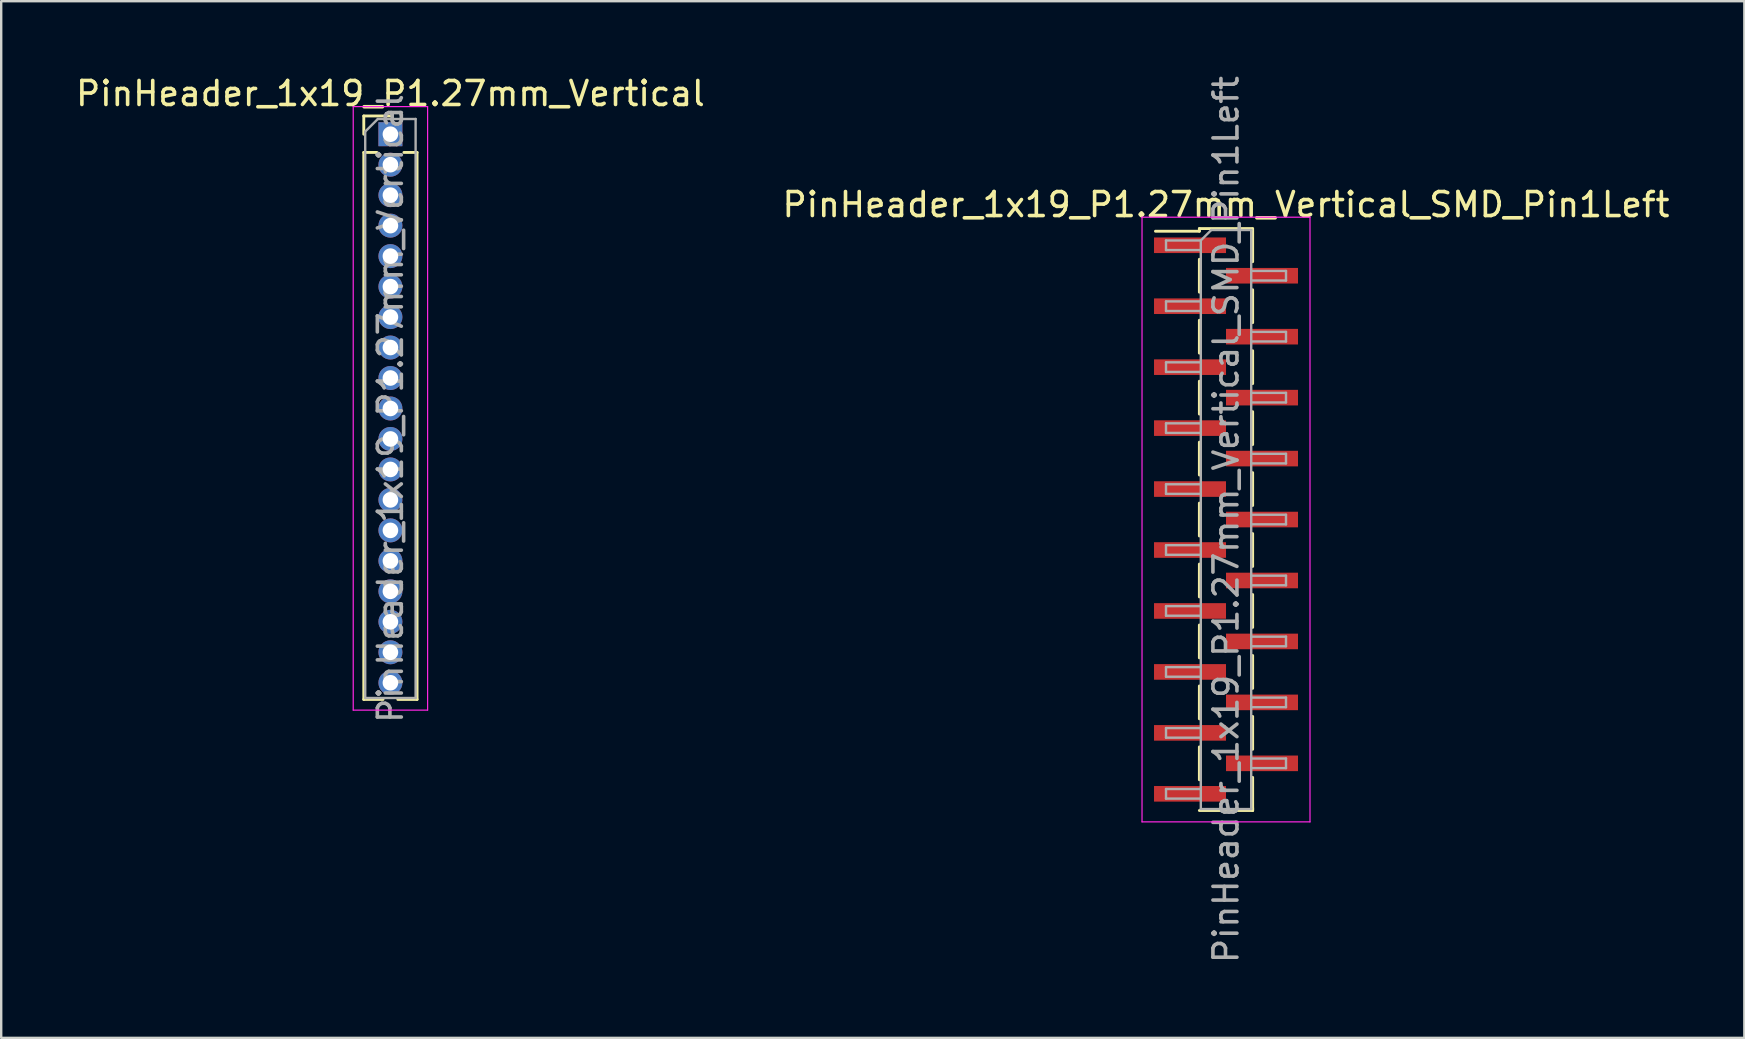
<source format=kicad_pcb>
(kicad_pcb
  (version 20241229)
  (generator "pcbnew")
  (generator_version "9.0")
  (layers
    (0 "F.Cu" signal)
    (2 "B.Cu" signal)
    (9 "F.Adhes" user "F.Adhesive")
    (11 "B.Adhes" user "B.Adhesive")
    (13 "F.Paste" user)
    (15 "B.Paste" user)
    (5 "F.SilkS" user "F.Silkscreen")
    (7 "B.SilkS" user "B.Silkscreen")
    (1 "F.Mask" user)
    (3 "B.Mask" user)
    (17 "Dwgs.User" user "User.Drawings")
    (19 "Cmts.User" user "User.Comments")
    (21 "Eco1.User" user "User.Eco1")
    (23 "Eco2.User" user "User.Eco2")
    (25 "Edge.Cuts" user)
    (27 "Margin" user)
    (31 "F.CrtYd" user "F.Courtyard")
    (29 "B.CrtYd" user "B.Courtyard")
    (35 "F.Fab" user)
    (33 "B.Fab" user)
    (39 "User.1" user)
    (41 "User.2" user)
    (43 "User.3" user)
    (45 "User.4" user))
  (footprint "PinHeader_1x19_P1.27mm_Vertical_SMD_Pin1Left"
    (layer "F.Cu")
    (at 48.042 18.601)
    (property "Reference" "PinHeader_1x19_P1.27mm_Vertical_SMD_Pin1Left" (at 0 -13.125 0) (layer "F.SilkS") (effects (font (size 1 1) (thickness 0.15))))
    (attr smd)
    (fp_line (start -1.11 -12.125) (end -1.11 -12.015) (stroke (width 0.12) (type solid)) (layer "F.SilkS"))
    (fp_line (start -1.11 -12.125) (end 1.11 -12.125) (stroke (width 0.12) (type solid)) (layer "F.SilkS"))
    (fp_line (start -1.11 -12.015) (end -2.94 -12.015) (stroke (width 0.12) (type solid)) (layer "F.SilkS"))
    (fp_line (start -1.11 -10.845) (end -1.11 -9.475) (stroke (width 0.12) (type solid)) (layer "F.SilkS"))
    (fp_line (start -1.11 -8.305) (end -1.11 -6.935) (stroke (width 0.12) (type solid)) (layer "F.SilkS"))
    (fp_line (start -1.11 -5.765) (end -1.11 -4.395) (stroke (width 0.12) (type solid)) (layer "F.SilkS"))
    (fp_line (start -1.11 -3.225) (end -1.11 -1.855) (stroke (width 0.12) (type solid)) (layer "F.SilkS"))
    (fp_line (start -1.11 -0.685) (end -1.11 0.685) (stroke (width 0.12) (type solid)) (layer "F.SilkS"))
    (fp_line (start -1.11 1.855) (end -1.11 3.225) (stroke (width 0.12) (type solid)) (layer "F.SilkS"))
    (fp_line (start -1.11 4.395) (end -1.11 5.765) (stroke (width 0.12) (type solid)) (layer "F.SilkS"))
    (fp_line (start -1.11 6.935) (end -1.11 8.305) (stroke (width 0.12) (type solid)) (layer "F.SilkS"))
    (fp_line (start -1.11 9.475) (end -1.11 10.845) (stroke (width 0.12) (type solid)) (layer "F.SilkS"))
    (fp_line (start -1.11 12.125) (end 1.11 12.125) (stroke (width 0.12) (type solid)) (layer "F.SilkS"))
    (fp_line (start 1.11 -12.115) (end 1.11 -10.745) (stroke (width 0.12) (type solid)) (layer "F.SilkS"))
    (fp_line (start 1.11 -9.575) (end 1.11 -8.205) (stroke (width 0.12) (type solid)) (layer "F.SilkS"))
    (fp_line (start 1.11 -7.035) (end 1.11 -5.665) (stroke (width 0.12) (type solid)) (layer "F.SilkS"))
    (fp_line (start 1.11 -4.495) (end 1.11 -3.125) (stroke (width 0.12) (type solid)) (layer "F.SilkS"))
    (fp_line (start 1.11 -1.955) (end 1.11 -0.585) (stroke (width 0.12) (type solid)) (layer "F.SilkS"))
    (fp_line (start 1.11 0.585) (end 1.11 1.955) (stroke (width 0.12) (type solid)) (layer "F.SilkS"))
    (fp_line (start 1.11 3.125) (end 1.11 4.495) (stroke (width 0.12) (type solid)) (layer "F.SilkS"))
    (fp_line (start 1.11 5.665) (end 1.11 7.035) (stroke (width 0.12) (type solid)) (layer "F.SilkS"))
    (fp_line (start 1.11 8.205) (end 1.11 9.575) (stroke (width 0.12) (type solid)) (layer "F.SilkS"))
    (fp_line (start 1.11 10.745) (end 1.11 12.115) (stroke (width 0.12) (type solid)) (layer "F.SilkS"))
    (fp_line (start 1.11 12.015) (end 1.11 12.125) (stroke (width 0.12) (type solid)) (layer "F.SilkS"))
    (fp_line (start -3.5 -12.6) (end -3.5 12.6) (stroke (width 0.05) (type solid)) (layer "F.CrtYd"))
    (fp_line (start -3.5 12.6) (end 3.5 12.6) (stroke (width 0.05) (type solid)) (layer "F.CrtYd"))
    (fp_line (start 3.5 -12.6) (end -3.5 -12.6) (stroke (width 0.05) (type solid)) (layer "F.CrtYd"))
    (fp_line (start 3.5 12.6) (end 3.5 -12.6) (stroke (width 0.05) (type solid)) (layer "F.CrtYd"))
    (fp_line (start -2.5 -11.63) (end -2.5 -11.23) (stroke (width 0.1) (type solid)) (layer "F.Fab"))
    (fp_line (start -2.5 -11.23) (end -1.05 -11.23) (stroke (width 0.1) (type solid)) (layer "F.Fab"))
    (fp_line (start -2.5 -9.09) (end -2.5 -8.69) (stroke (width 0.1) (type solid)) (layer "F.Fab"))
    (fp_line (start -2.5 -8.69) (end -1.05 -8.69) (stroke (width 0.1) (type solid)) (layer "F.Fab"))
    (fp_line (start -2.5 -6.55) (end -2.5 -6.15) (stroke (width 0.1) (type solid)) (layer "F.Fab"))
    (fp_line (start -2.5 -6.15) (end -1.05 -6.15) (stroke (width 0.1) (type solid)) (layer "F.Fab"))
    (fp_line (start -2.5 -4.01) (end -2.5 -3.61) (stroke (width 0.1) (type solid)) (layer "F.Fab"))
    (fp_line (start -2.5 -3.61) (end -1.05 -3.61) (stroke (width 0.1) (type solid)) (layer "F.Fab"))
    (fp_line (start -2.5 -1.47) (end -2.5 -1.07) (stroke (width 0.1) (type solid)) (layer "F.Fab"))
    (fp_line (start -2.5 -1.07) (end -1.05 -1.07) (stroke (width 0.1) (type solid)) (layer "F.Fab"))
    (fp_line (start -2.5 1.07) (end -2.5 1.47) (stroke (width 0.1) (type solid)) (layer "F.Fab"))
    (fp_line (start -2.5 1.47) (end -1.05 1.47) (stroke (width 0.1) (type solid)) (layer "F.Fab"))
    (fp_line (start -2.5 3.61) (end -2.5 4.01) (stroke (width 0.1) (type solid)) (layer "F.Fab"))
    (fp_line (start -2.5 4.01) (end -1.05 4.01) (stroke (width 0.1) (type solid)) (layer "F.Fab"))
    (fp_line (start -2.5 6.15) (end -2.5 6.55) (stroke (width 0.1) (type solid)) (layer "F.Fab"))
    (fp_line (start -2.5 6.55) (end -1.05 6.55) (stroke (width 0.1) (type solid)) (layer "F.Fab"))
    (fp_line (start -2.5 8.69) (end -2.5 9.09) (stroke (width 0.1) (type solid)) (layer "F.Fab"))
    (fp_line (start -2.5 9.09) (end -1.05 9.09) (stroke (width 0.1) (type solid)) (layer "F.Fab"))
    (fp_line (start -2.5 11.23) (end -2.5 11.63) (stroke (width 0.1) (type solid)) (layer "F.Fab"))
    (fp_line (start -2.5 11.63) (end -1.05 11.63) (stroke (width 0.1) (type solid)) (layer "F.Fab"))
    (fp_line (start -1.05 -11.63) (end -2.5 -11.63) (stroke (width 0.1) (type solid)) (layer "F.Fab"))
    (fp_line (start -1.05 -11.63) (end -0.615 -12.065) (stroke (width 0.1) (type solid)) (layer "F.Fab"))
    (fp_line (start -1.05 -9.09) (end -2.5 -9.09) (stroke (width 0.1) (type solid)) (layer "F.Fab"))
    (fp_line (start -1.05 -6.55) (end -2.5 -6.55) (stroke (width 0.1) (type solid)) (layer "F.Fab"))
    (fp_line (start -1.05 -4.01) (end -2.5 -4.01) (stroke (width 0.1) (type solid)) (layer "F.Fab"))
    (fp_line (start -1.05 -1.47) (end -2.5 -1.47) (stroke (width 0.1) (type solid)) (layer "F.Fab"))
    (fp_line (start -1.05 1.07) (end -2.5 1.07) (stroke (width 0.1) (type solid)) (layer "F.Fab"))
    (fp_line (start -1.05 3.61) (end -2.5 3.61) (stroke (width 0.1) (type solid)) (layer "F.Fab"))
    (fp_line (start -1.05 6.15) (end -2.5 6.15) (stroke (width 0.1) (type solid)) (layer "F.Fab"))
    (fp_line (start -1.05 8.69) (end -2.5 8.69) (stroke (width 0.1) (type solid)) (layer "F.Fab"))
    (fp_line (start -1.05 11.23) (end -2.5 11.23) (stroke (width 0.1) (type solid)) (layer "F.Fab"))
    (fp_line (start -1.05 12.065) (end -1.05 -11.63) (stroke (width 0.1) (type solid)) (layer "F.Fab"))
    (fp_line (start -0.615 -12.065) (end 1.05 -12.065) (stroke (width 0.1) (type solid)) (layer "F.Fab"))
    (fp_line (start 1.05 -12.065) (end 1.05 12.065) (stroke (width 0.1) (type solid)) (layer "F.Fab"))
    (fp_line (start 1.05 -10.36) (end 2.5 -10.36) (stroke (width 0.1) (type solid)) (layer "F.Fab"))
    (fp_line (start 1.05 -7.82) (end 2.5 -7.82) (stroke (width 0.1) (type solid)) (layer "F.Fab"))
    (fp_line (start 1.05 -5.28) (end 2.5 -5.28) (stroke (width 0.1) (type solid)) (layer "F.Fab"))
    (fp_line (start 1.05 -2.74) (end 2.5 -2.74) (stroke (width 0.1) (type solid)) (layer "F.Fab"))
    (fp_line (start 1.05 -0.2) (end 2.5 -0.2) (stroke (width 0.1) (type solid)) (layer "F.Fab"))
    (fp_line (start 1.05 2.34) (end 2.5 2.34) (stroke (width 0.1) (type solid)) (layer "F.Fab"))
    (fp_line (start 1.05 4.88) (end 2.5 4.88) (stroke (width 0.1) (type solid)) (layer "F.Fab"))
    (fp_line (start 1.05 7.42) (end 2.5 7.42) (stroke (width 0.1) (type solid)) (layer "F.Fab"))
    (fp_line (start 1.05 9.96) (end 2.5 9.96) (stroke (width 0.1) (type solid)) (layer "F.Fab"))
    (fp_line (start 1.05 12.065) (end -1.05 12.065) (stroke (width 0.1) (type solid)) (layer "F.Fab"))
    (fp_line (start 2.5 -10.36) (end 2.5 -9.96) (stroke (width 0.1) (type solid)) (layer "F.Fab"))
    (fp_line (start 2.5 -9.96) (end 1.05 -9.96) (stroke (width 0.1) (type solid)) (layer "F.Fab"))
    (fp_line (start 2.5 -7.82) (end 2.5 -7.42) (stroke (width 0.1) (type solid)) (layer "F.Fab"))
    (fp_line (start 2.5 -7.42) (end 1.05 -7.42) (stroke (width 0.1) (type solid)) (layer "F.Fab"))
    (fp_line (start 2.5 -5.28) (end 2.5 -4.88) (stroke (width 0.1) (type solid)) (layer "F.Fab"))
    (fp_line (start 2.5 -4.88) (end 1.05 -4.88) (stroke (width 0.1) (type solid)) (layer "F.Fab"))
    (fp_line (start 2.5 -2.74) (end 2.5 -2.34) (stroke (width 0.1) (type solid)) (layer "F.Fab"))
    (fp_line (start 2.5 -2.34) (end 1.05 -2.34) (stroke (width 0.1) (type solid)) (layer "F.Fab"))
    (fp_line (start 2.5 -0.2) (end 2.5 0.2) (stroke (width 0.1) (type solid)) (layer "F.Fab"))
    (fp_line (start 2.5 0.2) (end 1.05 0.2) (stroke (width 0.1) (type solid)) (layer "F.Fab"))
    (fp_line (start 2.5 2.34) (end 2.5 2.74) (stroke (width 0.1) (type solid)) (layer "F.Fab"))
    (fp_line (start 2.5 2.74) (end 1.05 2.74) (stroke (width 0.1) (type solid)) (layer "F.Fab"))
    (fp_line (start 2.5 4.88) (end 2.5 5.28) (stroke (width 0.1) (type solid)) (layer "F.Fab"))
    (fp_line (start 2.5 5.28) (end 1.05 5.28) (stroke (width 0.1) (type solid)) (layer "F.Fab"))
    (fp_line (start 2.5 7.42) (end 2.5 7.82) (stroke (width 0.1) (type solid)) (layer "F.Fab"))
    (fp_line (start 2.5 7.82) (end 1.05 7.82) (stroke (width 0.1) (type solid)) (layer "F.Fab"))
    (fp_line (start 2.5 9.96) (end 2.5 10.36) (stroke (width 0.1) (type solid)) (layer "F.Fab"))
    (fp_line (start 2.5 10.36) (end 1.05 10.36) (stroke (width 0.1) (type solid)) (layer "F.Fab"))
    (fp_text user "${REFERENCE}" (at 0 0 90) (layer "F.Fab") (effects (font (size 1 1) (thickness 0.15))))
    (pad "1" smd rect (at -1.5 -11.43) (size 3 0.65) (layers "F.Cu" "F.Mask" "F.Paste"))
    (pad "2" smd rect (at 1.5 -10.16) (size 3 0.65) (layers "F.Cu" "F.Mask" "F.Paste"))
    (pad "3" smd rect (at -1.5 -8.89) (size 3 0.65) (layers "F.Cu" "F.Mask" "F.Paste"))
    (pad "4" smd rect (at 1.5 -7.62) (size 3 0.65) (layers "F.Cu" "F.Mask" "F.Paste"))
    (pad "5" smd rect (at -1.5 -6.35) (size 3 0.65) (layers "F.Cu" "F.Mask" "F.Paste"))
    (pad "6" smd rect (at 1.5 -5.08) (size 3 0.65) (layers "F.Cu" "F.Mask" "F.Paste"))
    (pad "7" smd rect (at -1.5 -3.81) (size 3 0.65) (layers "F.Cu" "F.Mask" "F.Paste"))
    (pad "8" smd rect (at 1.5 -2.54) (size 3 0.65) (layers "F.Cu" "F.Mask" "F.Paste"))
    (pad "9" smd rect (at -1.5 -1.27) (size 3 0.65) (layers "F.Cu" "F.Mask" "F.Paste"))
    (pad "10" smd rect (at 1.5 0) (size 3 0.65) (layers "F.Cu" "F.Mask" "F.Paste"))
    (pad "11" smd rect (at -1.5 1.27) (size 3 0.65) (layers "F.Cu" "F.Mask" "F.Paste"))
    (pad "12" smd rect (at 1.5 2.54) (size 3 0.65) (layers "F.Cu" "F.Mask" "F.Paste"))
    (pad "13" smd rect (at -1.5 3.81) (size 3 0.65) (layers "F.Cu" "F.Mask" "F.Paste"))
    (pad "14" smd rect (at 1.5 5.08) (size 3 0.65) (layers "F.Cu" "F.Mask" "F.Paste"))
    (pad "15" smd rect (at -1.5 6.35) (size 3 0.65) (layers "F.Cu" "F.Mask" "F.Paste"))
    (pad "16" smd rect (at 1.5 7.62) (size 3 0.65) (layers "F.Cu" "F.Mask" "F.Paste"))
    (pad "17" smd rect (at -1.5 8.89) (size 3 0.65) (layers "F.Cu" "F.Mask" "F.Paste"))
    (pad "18" smd rect (at 1.5 10.16) (size 3 0.65) (layers "F.Cu" "F.Mask" "F.Paste"))
    (pad "19" smd rect (at -1.5 11.43) (size 3 0.65) (layers "F.Cu" "F.Mask" "F.Paste")))
  (footprint "PinHeader_1x19_P1.27mm_Vertical"
    (layer "F.Cu")
    (at 13.22 2.543)
    (property "Reference" "PinHeader_1x19_P1.27mm_Vertical" (at 0 -1.695 0) (layer "F.SilkS") (effects (font (size 1 1) (thickness 0.15))))
    (attr through_hole)
    (fp_line (start -1.11 -0.76) (end 0 -0.76) (stroke (width 0.12) (type solid)) (layer "F.SilkS"))
    (fp_line (start -1.11 0) (end -1.11 -0.76) (stroke (width 0.12) (type solid)) (layer "F.SilkS"))
    (fp_line (start -1.11 0.76) (end -1.11 23.555) (stroke (width 0.12) (type solid)) (layer "F.SilkS"))
    (fp_line (start -1.11 0.76) (end -0.563 0.76) (stroke (width 0.12) (type solid)) (layer "F.SilkS"))
    (fp_line (start -1.11 23.555) (end -0.308 23.555) (stroke (width 0.12) (type solid)) (layer "F.SilkS"))
    (fp_line (start 0.308 23.555) (end 1.11 23.555) (stroke (width 0.12) (type solid)) (layer "F.SilkS"))
    (fp_line (start 0.563 0.76) (end 1.11 0.76) (stroke (width 0.12) (type solid)) (layer "F.SilkS"))
    (fp_line (start 1.11 0.76) (end 1.11 23.555) (stroke (width 0.12) (type solid)) (layer "F.SilkS"))
    (fp_line (start -1.55 -1.15) (end -1.55 24) (stroke (width 0.05) (type solid)) (layer "F.CrtYd"))
    (fp_line (start -1.55 24) (end 1.55 24) (stroke (width 0.05) (type solid)) (layer "F.CrtYd"))
    (fp_line (start 1.55 -1.15) (end -1.55 -1.15) (stroke (width 0.05) (type solid)) (layer "F.CrtYd"))
    (fp_line (start 1.55 24) (end 1.55 -1.15) (stroke (width 0.05) (type solid)) (layer "F.CrtYd"))
    (fp_line (start -1.05 -0.11) (end -0.525 -0.635) (stroke (width 0.1) (type solid)) (layer "F.Fab"))
    (fp_line (start -1.05 23.495) (end -1.05 -0.11) (stroke (width 0.1) (type solid)) (layer "F.Fab"))
    (fp_line (start -0.525 -0.635) (end 1.05 -0.635) (stroke (width 0.1) (type solid)) (layer "F.Fab"))
    (fp_line (start 1.05 -0.635) (end 1.05 23.495) (stroke (width 0.1) (type solid)) (layer "F.Fab"))
    (fp_line (start 1.05 23.495) (end -1.05 23.495) (stroke (width 0.1) (type solid)) (layer "F.Fab"))
    (fp_text user "${REFERENCE}" (at 0 11.43 90) (layer "F.Fab") (effects (font (size 1 1) (thickness 0.15))))
    (pad "1" thru_hole rect (at 0 0) (size 1 1) (drill 0.65) (layers "*.Cu" "*.Mask"))
    (pad "2" thru_hole oval (at 0 1.27) (size 1 1) (drill 0.65) (layers "*.Cu" "*.Mask"))
    (pad "3" thru_hole oval (at 0 2.54) (size 1 1) (drill 0.65) (layers "*.Cu" "*.Mask"))
    (pad "4" thru_hole oval (at 0 3.81) (size 1 1) (drill 0.65) (layers "*.Cu" "*.Mask"))
    (pad "5" thru_hole oval (at 0 5.08) (size 1 1) (drill 0.65) (layers "*.Cu" "*.Mask"))
    (pad "6" thru_hole oval (at 0 6.35) (size 1 1) (drill 0.65) (layers "*.Cu" "*.Mask"))
    (pad "7" thru_hole oval (at 0 7.62) (size 1 1) (drill 0.65) (layers "*.Cu" "*.Mask"))
    (pad "8" thru_hole oval (at 0 8.89) (size 1 1) (drill 0.65) (layers "*.Cu" "*.Mask"))
    (pad "9" thru_hole oval (at 0 10.16) (size 1 1) (drill 0.65) (layers "*.Cu" "*.Mask"))
    (pad "10" thru_hole oval (at 0 11.43) (size 1 1) (drill 0.65) (layers "*.Cu" "*.Mask"))
    (pad "11" thru_hole oval (at 0 12.7) (size 1 1) (drill 0.65) (layers "*.Cu" "*.Mask"))
    (pad "12" thru_hole oval (at 0 13.97) (size 1 1) (drill 0.65) (layers "*.Cu" "*.Mask"))
    (pad "13" thru_hole oval (at 0 15.24) (size 1 1) (drill 0.65) (layers "*.Cu" "*.Mask"))
    (pad "14" thru_hole oval (at 0 16.51) (size 1 1) (drill 0.65) (layers "*.Cu" "*.Mask"))
    (pad "15" thru_hole oval (at 0 17.78) (size 1 1) (drill 0.65) (layers "*.Cu" "*.Mask"))
    (pad "16" thru_hole oval (at 0 19.05) (size 1 1) (drill 0.65) (layers "*.Cu" "*.Mask"))
    (pad "17" thru_hole oval (at 0 20.32) (size 1 1) (drill 0.65) (layers "*.Cu" "*.Mask"))
    (pad "18" thru_hole oval (at 0 21.59) (size 1 1) (drill 0.65) (layers "*.Cu" "*.Mask"))
    (pad "19" thru_hole oval (at 0 22.86) (size 1 1) (drill 0.65) (layers "*.Cu" "*.Mask")))
  (gr_rect
    (start -3 -3)
    (end 69.643 40.202)
    (stroke (width 0.1) (type default))
    (fill no)
    (layer "Edge.Cuts")))
</source>
